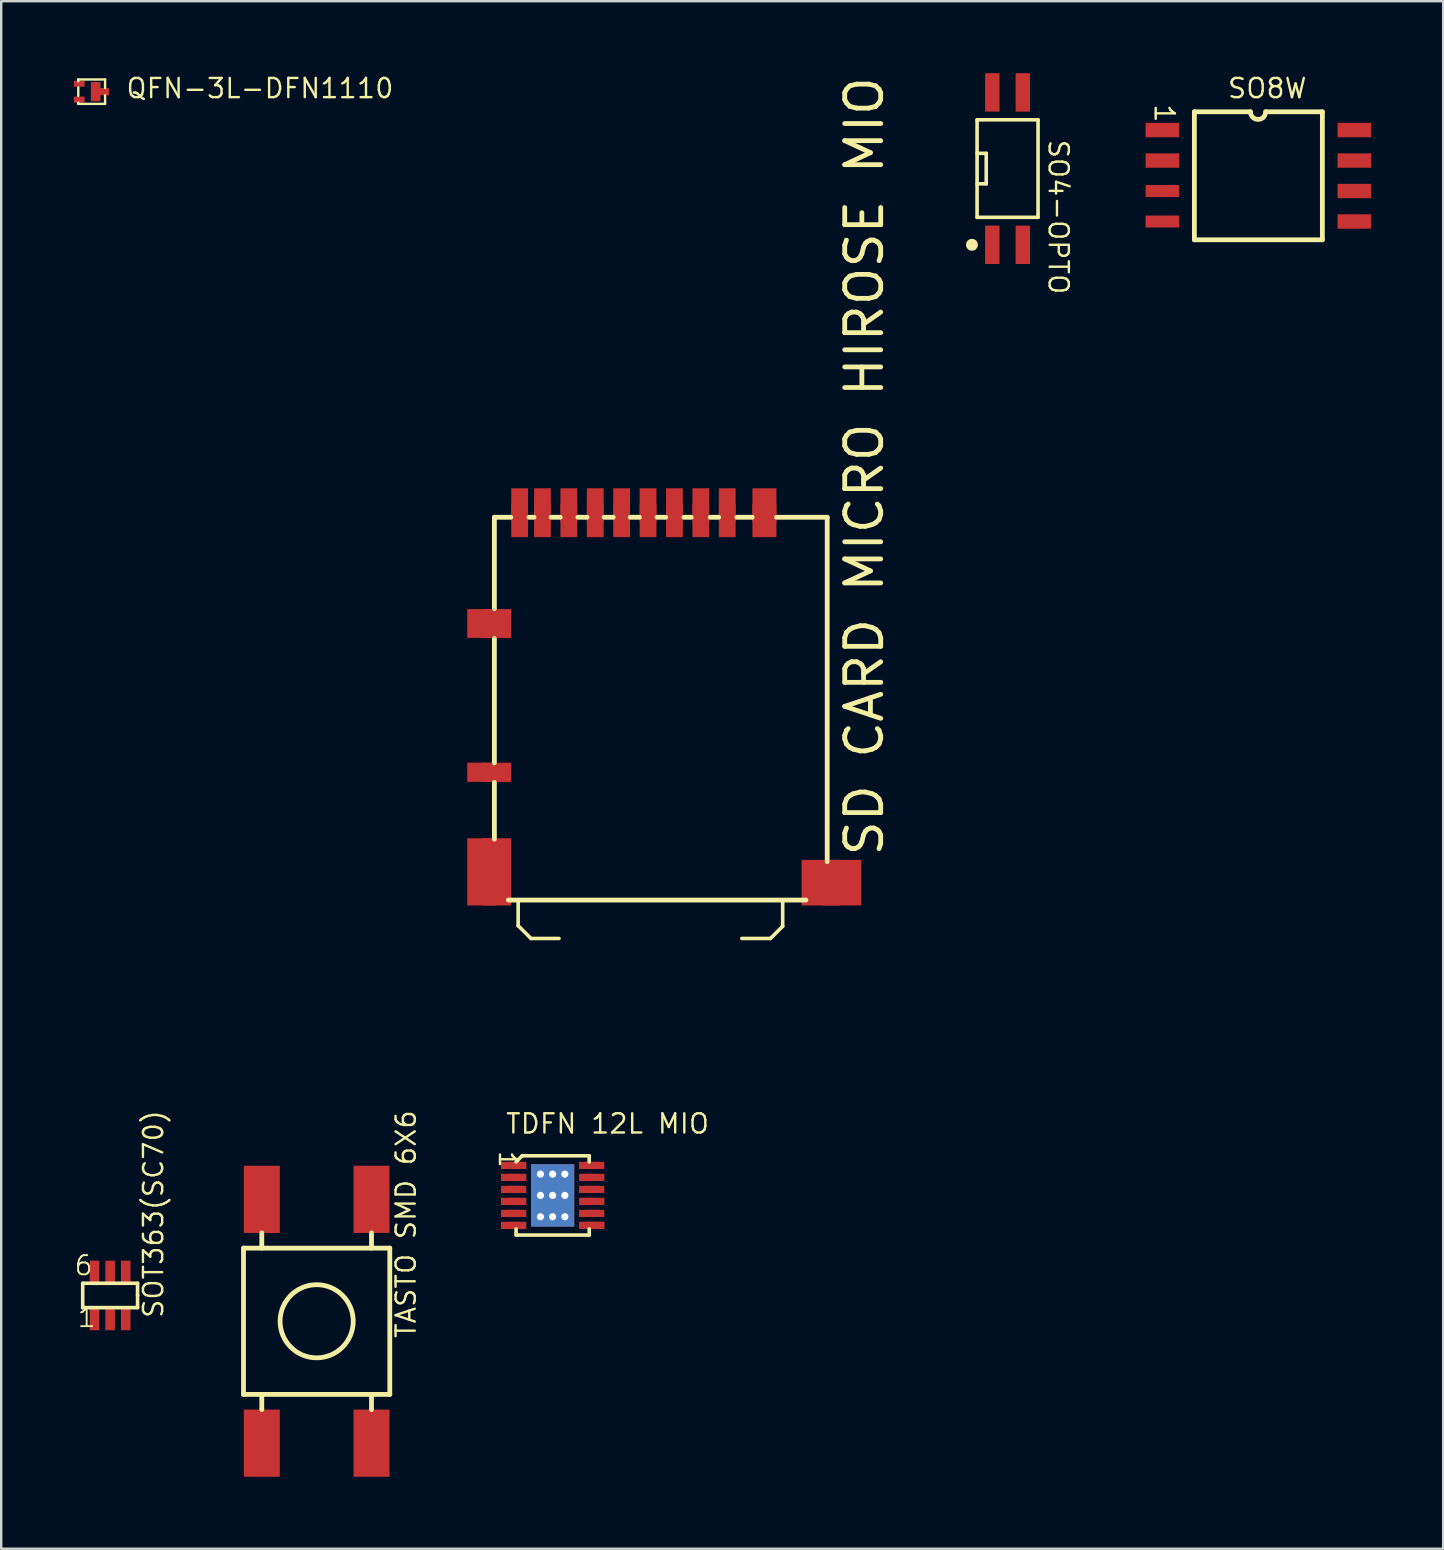
<source format=kicad_pcb>
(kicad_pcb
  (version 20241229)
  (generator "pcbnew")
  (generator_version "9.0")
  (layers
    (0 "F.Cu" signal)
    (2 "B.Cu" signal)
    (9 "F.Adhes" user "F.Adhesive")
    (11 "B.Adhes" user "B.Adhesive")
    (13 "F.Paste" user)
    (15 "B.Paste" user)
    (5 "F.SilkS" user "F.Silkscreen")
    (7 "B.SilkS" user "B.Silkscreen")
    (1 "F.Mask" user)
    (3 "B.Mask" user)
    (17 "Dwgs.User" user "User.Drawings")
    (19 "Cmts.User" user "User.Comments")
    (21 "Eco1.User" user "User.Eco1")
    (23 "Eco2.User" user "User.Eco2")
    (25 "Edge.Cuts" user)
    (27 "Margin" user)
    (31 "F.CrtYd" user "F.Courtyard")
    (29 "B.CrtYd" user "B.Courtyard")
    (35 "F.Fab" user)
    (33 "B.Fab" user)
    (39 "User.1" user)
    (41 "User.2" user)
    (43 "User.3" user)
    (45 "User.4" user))
  (footprint "TASTO SMD 6X6"
    (layer "F.Cu")
    (at 10.145 52.008)
    (property "Reference" "TASTO SMD 6X6" (at 4.191 0.762 90) (unlocked yes) (layer "F.SilkS") (effects (font (size 0.8 0.8) (thickness 0.1)) (justify left bottom)))
    (fp_line (start -3.048 -3.048) (end 3.048 -3.048) (stroke (width 0.2) (type solid)) (layer "F.SilkS"))
    (fp_line (start -3.048 3.048) (end -3.048 -3.048) (stroke (width 0.2) (type solid)) (layer "F.SilkS"))
    (fp_line (start -3.048 3.048) (end 3.048 3.048) (stroke (width 0.2) (type solid)) (layer "F.SilkS"))
    (fp_line (start -2.286 -3.048) (end -2.286 -3.683) (stroke (width 0.2) (type solid)) (layer "F.SilkS"))
    (fp_line (start -2.286 3.683) (end -2.286 3.048) (stroke (width 0.2) (type solid)) (layer "F.SilkS"))
    (fp_line (start 2.286 -3.048) (end 2.286 -3.683) (stroke (width 0.2) (type solid)) (layer "F.SilkS"))
    (fp_line (start 2.286 3.683) (end 2.286 3.048) (stroke (width 0.2) (type solid)) (layer "F.SilkS"))
    (fp_line (start 3.048 3.048) (end 3.048 -3.048) (stroke (width 0.2) (type solid)) (layer "F.SilkS"))
    (fp_circle (center 0 0) (end 0 -1.524) (stroke (width 0.2) (type solid)) (fill no) (layer "F.SilkS"))
    (pad "1" smd rect (at -2.286 -5.08 90) (size 2.8 1.5) (layers "F.Cu" "F.Mask" "F.Paste"))
    (pad "2" smd rect (at -2.286 5.08 90) (size 2.8 1.5) (layers "F.Cu" "F.Mask" "F.Paste"))
    (pad "3" smd rect (at 2.286 -5.08 90) (size 2.8 1.5) (layers "F.Cu" "F.Mask" "F.Paste"))
    (pad "4" smd rect (at 2.286 5.08 90) (size 2.8 1.5) (layers "F.Cu" "F.Mask" "F.Paste")))
  (footprint "SOT363(SC70)"
    (layer "F.Cu")
    (at 0.889 51.932)
    (property "Reference" "SOT363(SC70)" (at 2.921 0 90) (unlocked yes) (layer "F.SilkS") (effects (font (size 0.8 0.8) (thickness 0.1)) (justify left bottom)))
    (fp_line (start -0.493 -0.492) (end -0.493 -1.508) (stroke (width 0.15) (type solid)) (layer "F.SilkS"))
    (fp_line (start -0.493 -0.492) (end 1.793 -0.492) (stroke (width 0.15) (type solid)) (layer "F.SilkS"))
    (fp_line (start 1.793 -1.508) (end -0.493 -1.508) (stroke (width 0.15) (type solid)) (layer "F.SilkS"))
    (fp_line (start 1.793 -1) (end 1.793 -1.508) (stroke (width 0.15) (type solid)) (layer "F.SilkS"))
    (fp_line (start 1.793 -0.492) (end 1.793 -1) (stroke (width 0.15) (type solid)) (layer "F.SilkS"))
    (fp_text user "6" (at -0.889 -1.778 0) (unlocked yes) (layer "F.SilkS") (effects (font (size 0.8 0.8) (thickness 0.08)) (justify left bottom)))
    (fp_text user "1" (at -0.762 0.381 0) (unlocked yes) (layer "F.SilkS") (effects (font (size 0.8 0.8) (thickness 0.08)) (justify left bottom)))
    (pad "1" smd rect (at 0 0) (size 0.4 0.9) (layers "F.Cu" "F.Mask" "F.Paste"))
    (pad "2" smd rect (at 0.65 0) (size 0.4 0.9) (layers "F.Cu" "F.Mask" "F.Paste"))
    (pad "3" smd rect (at 1.3 0) (size 0.4 0.9) (layers "F.Cu" "F.Mask" "F.Paste"))
    (pad "4" smd rect (at 1.3 -2) (size 0.4 0.9) (layers "F.Cu" "F.Mask" "F.Paste"))
    (pad "5" smd rect (at 0.65 -2) (size 0.4 0.9) (layers "F.Cu" "F.Mask" "F.Paste"))
    (pad "6" smd rect (at 0 -2) (size 0.4 0.9) (layers "F.Cu" "F.Mask" "F.Paste")))
  (footprint "TDFN 12L MIO"
    (layer "F.Cu")
    (at 18.225 45.514)
    (property "Reference" "TDFN 12L MIO" (at -0.254 -1.27 0) (unlocked yes) (layer "F.SilkS") (effects (font (size 0.8 0.8) (thickness 0.1)) (justify left bottom)))
    (fp_line (start 0.23 -0.147) (end 0.484 -0.401) (stroke (width 0.15) (type solid)) (layer "F.SilkS"))
    (fp_line (start 0.23 2.901) (end 0.23 2.647) (stroke (width 0.15) (type solid)) (layer "F.SilkS"))
    (fp_line (start 0.23 2.901) (end 3.278 2.901) (stroke (width 0.15) (type solid)) (layer "F.SilkS"))
    (fp_line (start 0.484 -0.401) (end 3.278 -0.401) (stroke (width 0.15) (type solid)) (layer "F.SilkS"))
    (fp_line (start 3.278 -0.147) (end 3.278 -0.401) (stroke (width 0.15) (type solid)) (layer "F.SilkS"))
    (fp_line (start 3.278 2.901) (end 3.278 2.647) (stroke (width 0.15) (type solid)) (layer "F.SilkS"))
    (fp_text user "1" (at -0.532 -0.655 270) (unlocked yes) (layer "F.SilkS") (effects (font (size 0.7 0.7) (thickness 0.1)) (justify left bottom)))
    (pad "1" smd rect (at 0 0 180) (size 0.8 0.3) (layers "F.Cu" "F.Mask" "F.Paste"))
    (pad "1" smd rect (at 0.254 0 180) (size 0.8 0.3) (layers "F.Cu" "F.Mask" "F.Paste"))
    (pad "2" smd rect (at 0 0.5 180) (size 0.8 0.3) (layers "F.Cu" "F.Mask" "F.Paste"))
    (pad "2" smd rect (at 0.254 0.5 180) (size 0.8 0.3) (layers "F.Cu" "F.Mask" "F.Paste"))
    (pad "3" smd rect (at 0 1 180) (size 0.8 0.3) (layers "F.Cu" "F.Mask" "F.Paste"))
    (pad "3" smd rect (at 0.254 1 180) (size 0.8 0.3) (layers "F.Cu" "F.Mask" "F.Paste"))
    (pad "4" smd rect (at 0 1.5 180) (size 0.8 0.3) (layers "F.Cu" "F.Mask" "F.Paste"))
    (pad "4" smd rect (at 0.254 1.5 180) (size 0.8 0.3) (layers "F.Cu" "F.Mask" "F.Paste"))
    (pad "5" smd rect (at 0 2 180) (size 0.8 0.3) (layers "F.Cu" "F.Mask" "F.Paste"))
    (pad "5" smd rect (at 0.254 2 180) (size 0.8 0.3) (layers "F.Cu" "F.Mask" "F.Paste"))
    (pad "6" smd rect (at 0 2.5 180) (size 0.8 0.3) (layers "F.Cu" "F.Mask" "F.Paste"))
    (pad "6" smd rect (at 0.254 2.5 180) (size 0.8 0.3) (layers "F.Cu" "F.Mask" "F.Paste"))
    (pad "7" smd rect (at 3.254 2.5 180) (size 0.8 0.3) (layers "F.Cu" "F.Mask" "F.Paste"))
    (pad "7" smd rect (at 3.508 2.5 180) (size 0.8 0.3) (layers "F.Cu" "F.Mask" "F.Paste"))
    (pad "7" smd rect (at 3.508 2.5 180) (size 0.8 0.3) (layers "F.Cu" "F.Mask" "F.Paste"))
    (pad "8" smd rect (at 3.254 2 180) (size 0.8 0.3) (layers "F.Cu" "F.Mask" "F.Paste"))
    (pad "8" smd rect (at 3.508 2 180) (size 0.8 0.3) (layers "F.Cu" "F.Mask" "F.Paste"))
    (pad "9" smd rect (at 3.254 1.5 180) (size 0.8 0.3) (layers "F.Cu" "F.Mask" "F.Paste"))
    (pad "9" smd rect (at 3.508 1.5 180) (size 0.8 0.3) (layers "F.Cu" "F.Mask" "F.Paste"))
    (pad "10" smd rect (at 3.254 1 180) (size 0.8 0.3) (layers "F.Cu" "F.Mask" "F.Paste"))
    (pad "10" smd rect (at 3.508 1 180) (size 0.8 0.3) (layers "F.Cu" "F.Mask" "F.Paste"))
    (pad "11" smd rect (at 3.254 0.5 180) (size 0.8 0.3) (layers "F.Cu" "F.Mask" "F.Paste"))
    (pad "11" smd rect (at 3.508 0.5 180) (size 0.8 0.3) (layers "F.Cu" "F.Mask" "F.Paste"))
    (pad "12" smd rect (at 3.254 0 180) (size 0.8 0.3) (layers "F.Cu" "F.Mask" "F.Paste"))
    (pad "12" smd rect (at 3.508 0 180) (size 0.8 0.3) (layers "F.Cu" "F.Mask" "F.Paste"))
    (pad "13" thru_hole circle (at 1.246 0.361 180) (size 0.6 0.6) (drill 0.3) (layers "*.Cu" "*.Mask"))
    (pad "13" thru_hole circle (at 1.246 1.25 180) (size 0.6 0.6) (drill 0.3) (layers "*.Cu" "*.Mask"))
    (pad "13" thru_hole circle (at 1.246 2.139 180) (size 0.6 0.6) (drill 0.3) (layers "*.Cu" "*.Mask"))
    (pad "13" thru_hole circle (at 1.754 0.361 180) (size 0.6 0.6) (drill 0.3) (layers "*.Cu" "*.Mask"))
    (pad "13" thru_hole rect (at 1.754 1.25 180) (size 1.8 2.6) (drill 0.3) (layers "*.Cu" "*.Mask"))
    (pad "13" thru_hole circle (at 1.754 2.139 180) (size 0.6 0.6) (drill 0.3) (layers "*.Cu" "*.Mask"))
    (pad "13" thru_hole circle (at 2.262 0.361 180) (size 0.6 0.6) (drill 0.3) (layers "*.Cu" "*.Mask"))
    (pad "13" thru_hole circle (at 2.262 1.25 180) (size 0.6 0.6) (drill 0.3) (layers "*.Cu" "*.Mask"))
    (pad "13" thru_hole circle (at 2.262 2.139 180) (size 0.6 0.6) (drill 0.3) (layers "*.Cu" "*.Mask")))
  (footprint "SO8W"
    (layer "F.Cu")
    (at 45.387 2.37)
    (property "Reference" "SO8W" (at 2.667 -1.27 0) (unlocked yes) (layer "F.SilkS") (effects (font (size 0.8 0.8) (thickness 0.1)) (justify left bottom)))
    (fp_line (start 1.333 -0.762) (end 3.67 -0.762) (stroke (width 0.2) (type solid)) (layer "F.SilkS"))
    (fp_line (start 1.333 4.572) (end 1.333 -0.762) (stroke (width 0.2) (type solid)) (layer "F.SilkS"))
    (fp_line (start 1.333 4.572) (end 6.667 4.572) (stroke (width 0.2) (type solid)) (layer "F.SilkS"))
    (fp_line (start 4.305 -0.762) (end 6.667 -0.762) (stroke (width 0.2) (type solid)) (layer "F.SilkS"))
    (fp_line (start 6.667 4.572) (end 6.667 -0.762) (stroke (width 0.2) (type solid)) (layer "F.SilkS"))
    (fp_arc (start 4.3048 -0.762) (mid 3.9873 -0.4445) (end 3.6698 -0.762) (stroke (width 0.2) (type solid)) (layer "F.SilkS"))
    (fp_text user "1" (at -0.381 -1.143 270) (unlocked yes) (layer "F.SilkS") (effects (font (size 0.8 0.8) (thickness 0.1)) (justify left bottom)))
    (pad "1" smd rect (at 0 0) (size 1.4 0.6) (layers "F.Cu" "F.Mask" "F.Paste"))
    (pad "2" smd rect (at 0 1.27) (size 1.4 0.6) (layers "F.Cu" "F.Mask" "F.Paste"))
    (pad "3" smd rect (at 0 2.54) (size 1.4 0.5) (layers "F.Cu" "F.Mask" "F.Paste"))
    (pad "4" smd rect (at 0 3.81) (size 1.4 0.5) (layers "F.Cu" "F.Mask" "F.Paste"))
    (pad "5" smd rect (at 8 3.81) (size 1.4 0.6) (layers "F.Cu" "F.Mask" "F.Paste"))
    (pad "6" smd rect (at 8 2.54) (size 1.4 0.6) (layers "F.Cu" "F.Mask" "F.Paste"))
    (pad "7" smd rect (at 8 1.27) (size 1.4 0.6) (layers "F.Cu" "F.Mask" "F.Paste"))
    (pad "8" smd rect (at 8 0) (size 1.4 0.6) (layers "F.Cu" "F.Mask" "F.Paste")))
  (footprint "QFN-3L-DFN1110"
    (layer "F.Cu")
    (at 0.25 0.44)
    (property "Reference" "QFN-3L-DFN1110" (at 1.905 0.66 0) (unlocked yes) (layer "F.SilkS") (effects (font (size 0.8 0.8) (thickness 0.1)) (justify left bottom)))
    (fp_line (start -0.038 -0.178) (end 1.079 -0.178) (stroke (width 0.1) (type solid)) (layer "F.SilkS"))
    (fp_line (start -0.038 -0.102) (end -0.038 -0.178) (stroke (width 0.1) (type solid)) (layer "F.SilkS"))
    (fp_line (start -0.038 0.508) (end -0.038 0.152) (stroke (width 0.1) (type solid)) (layer "F.SilkS"))
    (fp_line (start -0.038 0.838) (end -0.038 0.787) (stroke (width 0.1) (type solid)) (layer "F.SilkS"))
    (fp_line (start -0.038 0.838) (end 1.079 0.838) (stroke (width 0.1) (type solid)) (layer "F.SilkS"))
    (fp_line (start 1.079 0.178) (end 1.079 -0.178) (stroke (width 0.1) (type solid)) (layer "F.SilkS"))
    (fp_line (start 1.079 0.838) (end 1.079 0.483) (stroke (width 0.1) (type solid)) (layer "F.SilkS"))
    (pad "1" smd rect (at 0 0 180) (size 0.45 0.25) (layers "F.Cu" "F.Mask" "F.Paste"))
    (pad "2" smd rect (at 0 0.66 180) (size 0.45 0.25) (layers "F.Cu" "F.Mask" "F.Paste"))
    (pad "3" smd rect (at 0.686 0.33) (size 0.4 0.8) (layers "F.Cu" "F.Mask" "F.Paste"))
    (pad "3" smd rect (at 1.041 0.33) (size 0.4 0.3) (layers "F.Cu" "F.Mask" "F.Paste")))
  (footprint "SD CARD MICRO HIROSE MIO"
    (layer "F.Cu")
    (at 27.254 18.632)
    (property "Reference" "SD CARD MICRO HIROSE MIO" (at 6.59 14.097 90) (unlocked yes) (layer "F.SilkS") (effects (font (size 1.5 1.5) (thickness 0.2)) (justify left bottom)))
    (fp_line (start -9.703 3.683) (end -9.703 -0.127) (stroke (width 0.2) (type solid)) (layer "F.SilkS"))
    (fp_line (start -9.703 10.109) (end -9.703 4.928) (stroke (width 0.2) (type solid)) (layer "F.SilkS"))
    (fp_line (start -9.703 13.284) (end -9.703 10.922) (stroke (width 0.2) (type solid)) (layer "F.SilkS"))
    (fp_line (start -9.017 -0.127) (end -9.703 -0.127) (stroke (width 0.2) (type solid)) (layer "F.SilkS"))
    (fp_line (start -8.712 16.891) (end -8.712 15.824) (stroke (width 0.15) (type solid)) (layer "F.SilkS"))
    (fp_line (start -8.179 17.424) (end -8.712 16.891) (stroke (width 0.15) (type solid)) (layer "F.SilkS"))
    (fp_line (start -8.052 -0.127) (end -8.255 -0.127) (stroke (width 0.2) (type solid)) (layer "F.SilkS"))
    (fp_line (start -7.01 17.424) (end -8.179 17.424) (stroke (width 0.15) (type solid)) (layer "F.SilkS"))
    (fp_line (start -6.96 -0.127) (end -7.341 -0.127) (stroke (width 0.2) (type solid)) (layer "F.SilkS"))
    (fp_line (start -5.842 -0.127) (end -6.223 -0.127) (stroke (width 0.2) (type solid)) (layer "F.SilkS"))
    (fp_line (start -4.75 -0.127) (end -5.131 -0.127) (stroke (width 0.2) (type solid)) (layer "F.SilkS"))
    (fp_line (start -3.658 -0.127) (end -4.039 -0.127) (stroke (width 0.2) (type solid)) (layer "F.SilkS"))
    (fp_line (start -2.565 -0.127) (end -2.921 -0.127) (stroke (width 0.2) (type solid)) (layer "F.SilkS"))
    (fp_line (start -1.499 -0.127) (end -1.803 -0.127) (stroke (width 0.2) (type solid)) (layer "F.SilkS"))
    (fp_line (start -0.356 -0.127) (end -0.711 -0.127) (stroke (width 0.2) (type solid)) (layer "F.SilkS"))
    (fp_line (start 1.041 -0.127) (end 0.406 -0.127) (stroke (width 0.2) (type solid)) (layer "F.SilkS"))
    (fp_line (start 1.803 17.424) (end 0.61 17.424) (stroke (width 0.15) (type solid)) (layer "F.SilkS"))
    (fp_line (start 1.803 17.424) (end 2.311 16.916) (stroke (width 0.15) (type solid)) (layer "F.SilkS"))
    (fp_line (start 2.311 16.916) (end 2.311 15.824) (stroke (width 0.15) (type solid)) (layer "F.SilkS"))
    (fp_line (start 3.277 15.824) (end -9.119 15.824) (stroke (width 0.2) (type solid)) (layer "F.SilkS"))
    (fp_line (start 4.166 -0.127) (end 2.057 -0.127) (stroke (width 0.2) (type solid)) (layer "F.SilkS"))
    (fp_line (start 4.166 14.224) (end 4.166 -0.127) (stroke (width 0.2) (type solid)) (layer "F.SilkS"))
    (fp_line (start -10.008 3.658) (end -10.008 0.457) (stroke (width 0.15) (type solid)) (layer "User.2"))
    (fp_line (start -10.008 8.509) (end -10.008 4.902) (stroke (width 0.15) (type solid)) (layer "User.2"))
    (fp_line (start -9.246 0.457) (end -10.008 0.457) (stroke (width 0.15) (type solid)) (layer "User.2"))
    (fp_line (start -9.246 3.658) (end -10.008 3.658) (stroke (width 0.15) (type solid)) (layer "User.2"))
    (fp_line (start -9.246 3.658) (end -9.246 0.457) (stroke (width 0.15) (type solid)) (layer "User.2"))
    (fp_line (start -9.246 4.902) (end -10.008 4.902) (stroke (width 0.15) (type solid)) (layer "User.2"))
    (fp_line (start -9.246 8.509) (end -10.008 8.509) (stroke (width 0.15) (type solid)) (layer "User.2"))
    (fp_line (start -9.246 8.509) (end -9.246 4.902) (stroke (width 0.15) (type solid)) (layer "User.2"))
    (fp_line (start -8.89 13.919) (end -8.89 6.299) (stroke (width 0.15) (type solid)) (layer "User.2"))
    (fp_line (start -8.712 20.93) (end -8.712 17.78) (stroke (width 0.15) (type solid)) (layer "User.2"))
    (fp_line (start -8.204 6.299) (end -8.89 6.299) (stroke (width 0.15) (type solid)) (layer "User.2"))
    (fp_line (start -8.204 6.604) (end -8.204 5.004) (stroke (width 0.15) (type solid)) (layer "User.2"))
    (fp_line (start -8.204 13.919) (end -8.89 13.919) (stroke (width 0.15) (type solid)) (layer "User.2"))
    (fp_line (start -8.204 13.919) (end -8.204 6.299) (stroke (width 0.15) (type solid)) (layer "User.2"))
    (fp_line (start -8.204 21.438) (end -8.712 20.93) (stroke (width 0.15) (type solid)) (layer "User.2"))
    (fp_line (start -7.01 21.438) (end -8.204 21.438) (stroke (width 0.15) (type solid)) (layer "User.2"))
    (fp_line (start 0.152 16.027) (end 0.152 14.707) (stroke (width 0.15) (type solid)) (layer "User.2"))
    (fp_line (start 0.508 5.004) (end -8.204 5.004) (stroke (width 0.15) (type solid)) (layer "User.2"))
    (fp_line (start 0.508 6.604) (end -8.204 6.604) (stroke (width 0.15) (type solid)) (layer "User.2"))
    (fp_line (start 0.508 6.604) (end 0.508 5.004) (stroke (width 0.15) (type solid)) (layer "User.2"))
    (fp_line (start 1.829 21.438) (end 0.61 21.438) (stroke (width 0.15) (type solid)) (layer "User.2"))
    (fp_line (start 1.829 21.438) (end 2.311 20.955) (stroke (width 0.15) (type solid)) (layer "User.2"))
    (fp_line (start 2.311 20.955) (end 2.311 17.78) (stroke (width 0.15) (type solid)) (layer "User.2"))
    (fp_line (start 2.54 14.707) (end 0.152 14.707) (stroke (width 0.15) (type solid)) (layer "User.2"))
    (fp_line (start 2.54 16.027) (end 0.152 16.027) (stroke (width 0.15) (type solid)) (layer "User.2"))
    (fp_line (start 2.54 16.027) (end 2.54 14.707) (stroke (width 0.15) (type solid)) (layer "User.2"))
    (pad "1" smd rect (at 0 -0.635 90) (size 1.4 0.7) (layers "F.Cu" "F.Mask" "F.Paste"))
    (pad "1" smd rect (at 0 0 90) (size 1.4 0.7) (layers "F.Cu" "F.Mask" "F.Paste"))
    (pad "2" smd rect (at -1.1 -0.635 90) (size 1.4 0.7) (layers "F.Cu" "F.Mask" "F.Paste"))
    (pad "2" smd rect (at -1.1 0 90) (size 1.4 0.7) (layers "F.Cu" "F.Mask" "F.Paste"))
    (pad "3" smd rect (at -2.2 -0.635 90) (size 1.4 0.7) (layers "F.Cu" "F.Mask" "F.Paste"))
    (pad "3" smd rect (at -2.2 0 90) (size 1.4 0.7) (layers "F.Cu" "F.Mask" "F.Paste"))
    (pad "4" smd rect (at -3.3 -0.635 90) (size 1.4 0.7) (layers "F.Cu" "F.Mask" "F.Paste"))
    (pad "4" smd rect (at -3.3 0 90) (size 1.4 0.7) (layers "F.Cu" "F.Mask" "F.Paste"))
    (pad "5" smd rect (at -4.4 -0.635 90) (size 1.4 0.7) (layers "F.Cu" "F.Mask" "F.Paste"))
    (pad "5" smd rect (at -4.4 0 90) (size 1.4 0.7) (layers "F.Cu" "F.Mask" "F.Paste"))
    (pad "6" smd rect (at -5.5 -0.635 90) (size 1.4 0.7) (layers "F.Cu" "F.Mask" "F.Paste"))
    (pad "6" smd rect (at -5.5 0 90) (size 1.4 0.7) (layers "F.Cu" "F.Mask" "F.Paste"))
    (pad "7" smd rect (at -6.6 -0.635 90) (size 1.4 0.7) (layers "F.Cu" "F.Mask" "F.Paste"))
    (pad "7" smd rect (at -6.6 0 90) (size 1.4 0.7) (layers "F.Cu" "F.Mask" "F.Paste"))
    (pad "8" smd rect (at -7.7 -0.635 90) (size 1.4 0.7) (layers "F.Cu" "F.Mask" "F.Paste"))
    (pad "8" smd rect (at -7.7 0 90) (size 1.4 0.7) (layers "F.Cu" "F.Mask" "F.Paste"))
    (pad "CD1" smd rect (at -10.235 10.5 90) (size 0.8 1.2) (layers "F.Cu" "F.Mask" "F.Paste"))
    (pad "CD1" smd rect (at -9.6 10.5 90) (size 0.8 1.2) (layers "F.Cu" "F.Mask" "F.Paste"))
    (pad "CD2" smd rect (at -8.65 -0.635 90) (size 1.4 0.7) (layers "F.Cu" "F.Mask" "F.Paste"))
    (pad "CD2" smd rect (at -8.65 0 90) (size 1.4 0.7) (layers "F.Cu" "F.Mask" "F.Paste"))
    (pad "SCH" smd rect (at -10.235 4.3 90) (size 1.2 1.2) (layers "F.Cu" "F.Mask" "F.Paste"))
    (pad "SCH" smd rect (at -10.235 14.65 90) (size 2.8 1.2) (layers "F.Cu" "F.Mask" "F.Paste"))
    (pad "SCH" smd rect (at -9.6 4.3 90) (size 1.2 1.2) (layers "F.Cu" "F.Mask" "F.Paste"))
    (pad "SCH" smd rect (at -9.6 14.65 90) (size 2.8 1.2) (layers "F.Cu" "F.Mask" "F.Paste"))
    (pad "SCH" smd rect (at 1.55 -0.635 90) (size 1.4 1) (layers "F.Cu" "F.Mask" "F.Paste"))
    (pad "SCH" smd rect (at 1.55 0 90) (size 1.4 1) (layers "F.Cu" "F.Mask" "F.Paste"))
    (pad "SCH" smd rect (at 3.9 15.1 90) (size 1.9 1.6) (layers "F.Cu" "F.Mask" "F.Paste"))
    (pad "SCH" smd rect (at 4.789 15.1 90) (size 1.9 1.6) (layers "F.Cu" "F.Mask" "F.Paste")))
  (footprint "SO4-OPTO"
    (layer "F.Cu")
    (at 38.301 7.15)
    (property "Reference" "SO4-OPTO" (at 2.286 -4.445 270) (unlocked yes) (layer "F.SilkS") (effects (font (size 0.8 0.8) (thickness 0.1)) (justify left bottom)))
    (fp_line (start -0.635 -5.207) (end -0.635 -1.143) (stroke (width 0.15) (type solid)) (layer "F.SilkS"))
    (fp_line (start -0.254 -3.81) (end -0.635 -3.81) (stroke (width 0.15) (type solid)) (layer "F.SilkS"))
    (fp_line (start -0.254 -3.81) (end -0.254 -2.54) (stroke (width 0.15) (type solid)) (layer "F.SilkS"))
    (fp_line (start -0.254 -2.54) (end -0.635 -2.54) (stroke (width 0.15) (type solid)) (layer "F.SilkS"))
    (fp_line (start 1.905 -5.207) (end -0.635 -5.207) (stroke (width 0.15) (type solid)) (layer "F.SilkS"))
    (fp_line (start 1.905 -5.207) (end 1.905 -1.143) (stroke (width 0.15) (type solid)) (layer "F.SilkS"))
    (fp_line (start 1.905 -1.143) (end -0.635 -1.143) (stroke (width 0.15) (type solid)) (layer "F.SilkS"))
    (fp_circle (center -0.85 -0.00001) (end -0.85 0.125) (stroke (width 0.25) (type solid)) (fill no) (layer "F.SilkS"))
    (pad "1" smd rect (at 0 0 90) (size 1.6 0.6) (layers "F.Cu" "F.Mask" "F.Paste"))
    (pad "2" smd rect (at 1.27 0 90) (size 1.6 0.6) (layers "F.Cu" "F.Mask" "F.Paste"))
    (pad "3" smd rect (at 1.27 -6.35 90) (size 1.6 0.6) (layers "F.Cu" "F.Mask" "F.Paste"))
    (pad "4" smd rect (at 0 -6.35 90) (size 1.6 0.6) (layers "F.Cu" "F.Mask" "F.Paste")))
  (gr_rect
    (start -3 -3)
    (end 57.087 61.488)
    (stroke (width 0.1) (type default))
    (fill no)
    (layer "Edge.Cuts")))
</source>
